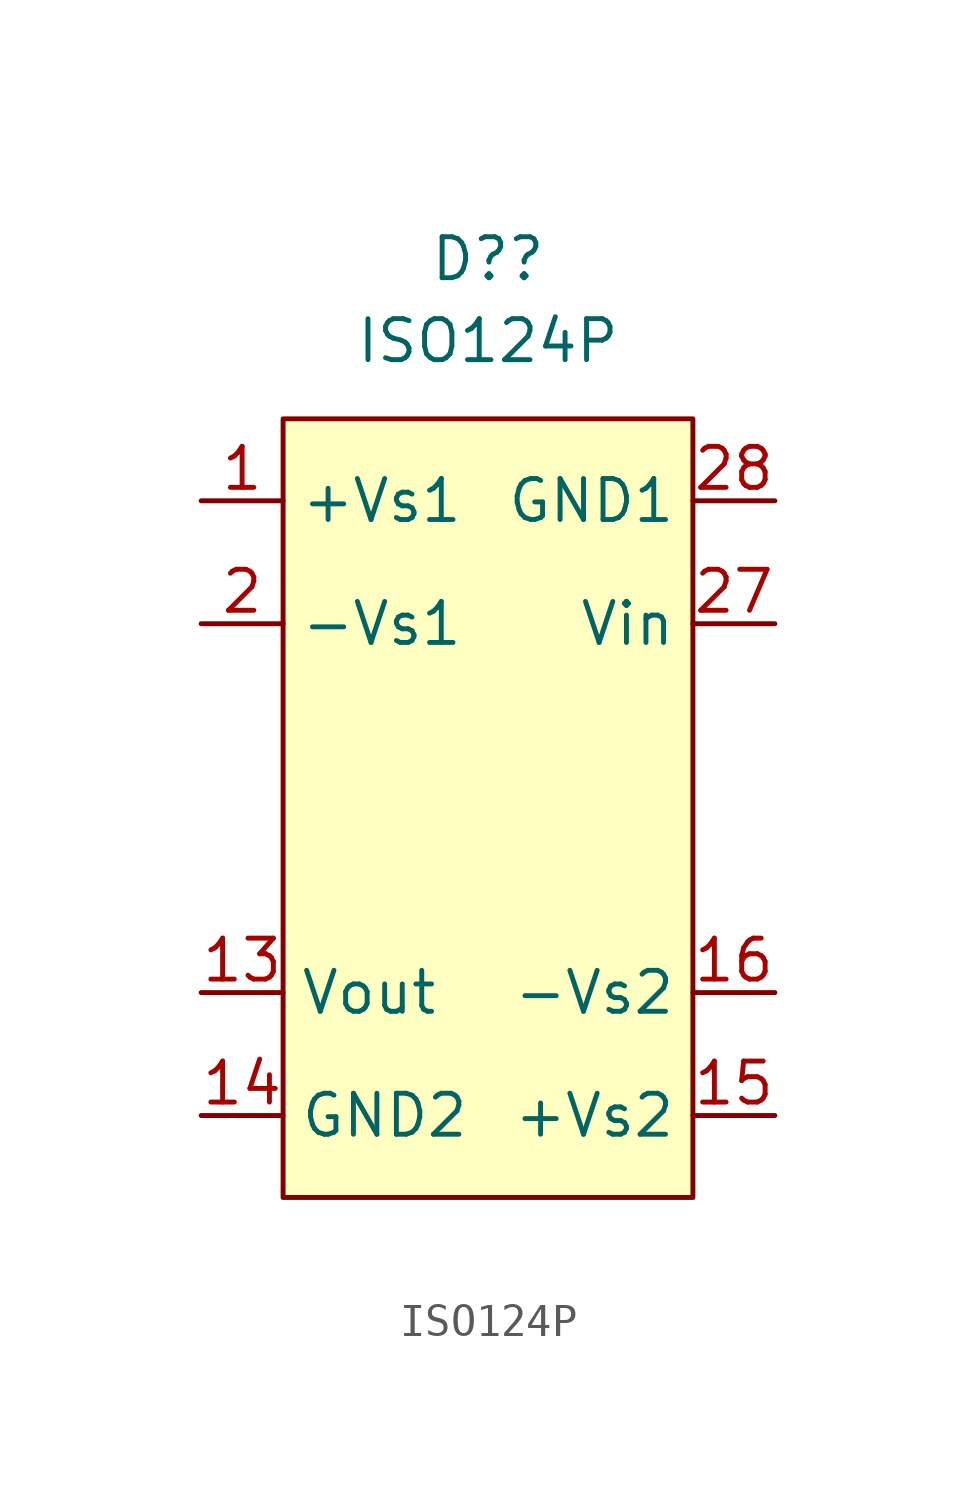
<source format=kicad_sym>
(kicad_symbol_lib
  (version 20211014)
  (generator kicad_symbol_editor)
  (symbol "ISO124P"
    (property "Reference" "D?"
      (at 0 4.953 0)
      (effects (font (size 1.27 1.27))))
    (property "Value" "ISO124P"
      (at 0 2.413 0)
      (effects (font (size 1.27 1.27))))
    (symbol "ISO124P_0_1"
      (rectangle (start -6.35 0) (end 6.35 -24.13) (stroke (width 0) (type default) (color 0 0 0 0)) (fill (type background))))
    (symbol "ISO124P_1_1"
      (pin input line (at -8.89 -2.54 0) (length 2.54) (name "+Vs1" (effects (font (size 1.27 1.27)))) (number "1" (effects (font (size 1.27 1.27)))))
      (pin input line (at -8.89 -17.78 0) (length 2.54) (name "Vout" (effects (font (size 1.27 1.27)))) (number "13" (effects (font (size 1.27 1.27)))))
      (pin input line (at -8.89 -21.59 0) (length 2.54) (name "GND2" (effects (font (size 1.27 1.27)))) (number "14" (effects (font (size 1.27 1.27)))))
      (pin input line (at 8.89 -21.59 180) (length 2.54) (name "+Vs2" (effects (font (size 1.27 1.27)))) (number "15" (effects (font (size 1.27 1.27)))))
      (pin input line (at 8.89 -17.78 180) (length 2.54) (name "-Vs2" (effects (font (size 1.27 1.27)))) (number "16" (effects (font (size 1.27 1.27)))))
      (pin input line (at -8.89 -6.35 0) (length 2.54) (name "-Vs1" (effects (font (size 1.27 1.27)))) (number "2" (effects (font (size 1.27 1.27)))))
      (pin input line (at 8.89 -6.35 180) (length 2.54) (name "Vin" (effects (font (size 1.27 1.27)))) (number "27" (effects (font (size 1.27 1.27)))))
      (pin input line (at 8.89 -2.54 180) (length 2.54) (name "GND1" (effects (font (size 1.27 1.27)))) (number "28" (effects (font (size 1.27 1.27))))))))
</source>
